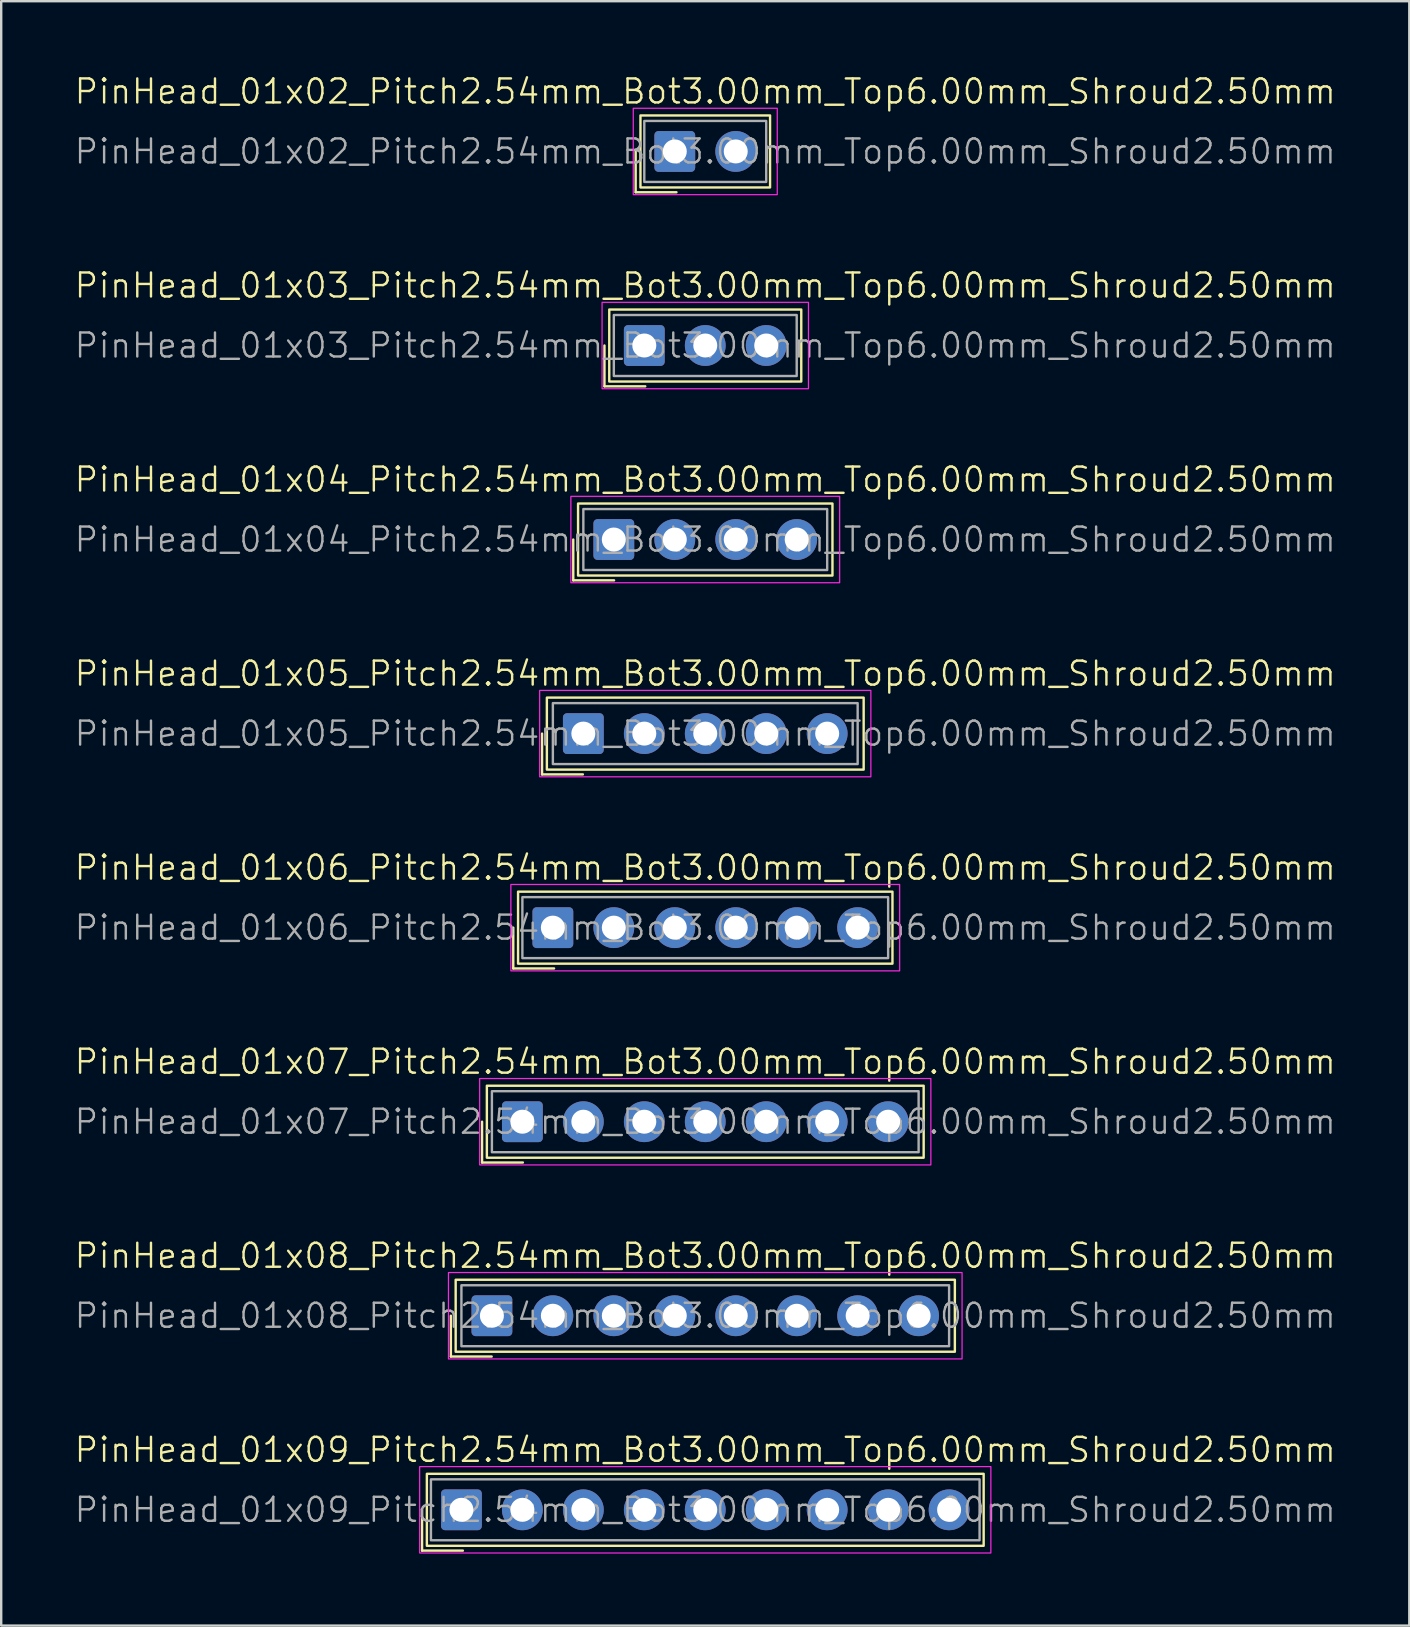
<source format=kicad_pcb>
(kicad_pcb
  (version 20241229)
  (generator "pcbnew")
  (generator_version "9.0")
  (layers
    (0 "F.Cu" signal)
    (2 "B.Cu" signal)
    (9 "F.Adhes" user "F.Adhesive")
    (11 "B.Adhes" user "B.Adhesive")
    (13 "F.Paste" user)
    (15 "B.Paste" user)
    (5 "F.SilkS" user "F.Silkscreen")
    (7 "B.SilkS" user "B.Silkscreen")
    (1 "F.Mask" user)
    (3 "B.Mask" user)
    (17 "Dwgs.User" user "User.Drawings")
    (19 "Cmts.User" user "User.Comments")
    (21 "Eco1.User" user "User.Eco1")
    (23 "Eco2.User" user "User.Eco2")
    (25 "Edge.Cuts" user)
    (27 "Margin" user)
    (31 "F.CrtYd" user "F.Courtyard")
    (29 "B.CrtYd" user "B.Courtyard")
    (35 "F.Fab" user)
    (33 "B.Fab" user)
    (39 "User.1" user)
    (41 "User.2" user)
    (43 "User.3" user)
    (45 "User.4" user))
  (footprint "PinHead_01x07_Pitch2.54mm_Bot3.00mm_Top6.00mm_Shroud2.50mm"
    (layer "F.Cu")
    (at 26.336 43.688)
    (property "Reference" "PinHead_01x07_Pitch2.54mm_Bot3.00mm_Top6.00mm_Shroud2.50mm" (at 0 -2.5 0) (unlocked yes) (layer "F.SilkS") (effects (font (size 1 1) (thickness 0.1))))
    (attr through_hole)
    (fp_line (start -9.3 0) (end -9.3 1.7) (stroke (width 0.1) (type default)) (layer "F.SilkS"))
    (fp_line (start -9.3 1.7) (end -7.6 1.7) (stroke (width 0.1) (type default)) (layer "F.SilkS"))
    (fp_rect (start -9.1 -1.5) (end 9.1 1.5) (stroke (width 0.1) (type default)) (fill no) (layer "F.SilkS"))
    (fp_rect (start -9.4 1.8) (end 9.4 -1.8) (stroke (width 0.05) (type default)) (fill no) (layer "F.CrtYd"))
    (fp_rect (start -8.89 -1.27) (end 8.89 1.27) (stroke (width 0.1) (type default)) (fill no) (layer "F.Fab"))
    (fp_text user "${REFERENCE}" (at 0 0 0) (unlocked yes) (layer "F.Fab") (effects (font (size 1 1) (thickness 0.1))))
    (pad "1" thru_hole roundrect (at -7.62 0) (size 1.7 1.7) (drill 1) (layers "*.Cu" "*.Mask") (roundrect_rratio 0.1))
    (pad "2" thru_hole circle (at -5.08 0) (size 1.7 1.7) (drill 1) (layers "*.Cu" "*.Mask"))
    (pad "3" thru_hole circle (at -2.54 0) (size 1.7 1.7) (drill 1) (layers "*.Cu" "*.Mask"))
    (pad "4" thru_hole circle (at 0 0) (size 1.7 1.7) (drill 1) (layers "*.Cu" "*.Mask"))
    (pad "5" thru_hole circle (at 2.54 0) (size 1.7 1.7) (drill 1) (layers "*.Cu" "*.Mask"))
    (pad "6" thru_hole circle (at 5.08 0) (size 1.7 1.7) (drill 1) (layers "*.Cu" "*.Mask"))
    (pad "7" thru_hole circle (at 7.62 0) (size 1.7 1.7) (drill 1) (layers "*.Cu" "*.Mask")))
  (footprint "PinHead_01x04_Pitch2.54mm_Bot3.00mm_Top6.00mm_Shroud2.50mm"
    (layer "F.Cu")
    (at 26.336 19.431)
    (property "Reference" "PinHead_01x04_Pitch2.54mm_Bot3.00mm_Top6.00mm_Shroud2.50mm" (at 0 -2.5 0) (unlocked yes) (layer "F.SilkS") (effects (font (size 1 1) (thickness 0.1))))
    (attr through_hole)
    (fp_line (start -5.5 0) (end -5.5 1.7) (stroke (width 0.1) (type default)) (layer "F.SilkS"))
    (fp_line (start -5.5 1.7) (end -3.8 1.7) (stroke (width 0.1) (type default)) (layer "F.SilkS"))
    (fp_rect (start -5.3 -1.5) (end 5.3 1.5) (stroke (width 0.1) (type default)) (fill no) (layer "F.SilkS"))
    (fp_rect (start -5.6 1.8) (end 5.6 -1.8) (stroke (width 0.05) (type default)) (fill no) (layer "F.CrtYd"))
    (fp_rect (start -5.08 -1.27) (end 5.08 1.27) (stroke (width 0.1) (type default)) (fill no) (layer "F.Fab"))
    (fp_text user "${REFERENCE}" (at 0 0 0) (unlocked yes) (layer "F.Fab") (effects (font (size 1 1) (thickness 0.1))))
    (pad "1" thru_hole roundrect (at -3.81 0) (size 1.7 1.7) (drill 1) (layers "*.Cu" "*.Mask") (roundrect_rratio 0.1))
    (pad "2" thru_hole circle (at -1.27 0) (size 1.7 1.7) (drill 1) (layers "*.Cu" "*.Mask"))
    (pad "3" thru_hole circle (at 1.27 0) (size 1.7 1.7) (drill 1) (layers "*.Cu" "*.Mask"))
    (pad "4" thru_hole circle (at 3.81 0) (size 1.7 1.7) (drill 1) (layers "*.Cu" "*.Mask")))
  (footprint "PinHead_01x09_Pitch2.54mm_Bot3.00mm_Top6.00mm_Shroud2.50mm"
    (layer "F.Cu")
    (at 26.336 59.859)
    (property "Reference" "PinHead_01x09_Pitch2.54mm_Bot3.00mm_Top6.00mm_Shroud2.50mm" (at 0 -2.5 0) (unlocked yes) (layer "F.SilkS") (effects (font (size 1 1) (thickness 0.1))))
    (attr through_hole)
    (fp_line (start -11.8 0) (end -11.8 1.7) (stroke (width 0.1) (type default)) (layer "F.SilkS"))
    (fp_line (start -11.8 1.7) (end -10.1 1.7) (stroke (width 0.1) (type default)) (layer "F.SilkS"))
    (fp_rect (start -11.6 -1.5) (end 11.6 1.5) (stroke (width 0.1) (type default)) (fill no) (layer "F.SilkS"))
    (fp_rect (start -11.9 1.8) (end 11.9 -1.8) (stroke (width 0.05) (type default)) (fill no) (layer "F.CrtYd"))
    (fp_rect (start -11.43 -1.27) (end 11.43 1.27) (stroke (width 0.1) (type default)) (fill no) (layer "F.Fab"))
    (fp_text user "${REFERENCE}" (at 0 0 0) (unlocked yes) (layer "F.Fab") (effects (font (size 1 1) (thickness 0.1))))
    (pad "1" thru_hole roundrect (at -10.16 0) (size 1.7 1.7) (drill 1) (layers "*.Cu" "*.Mask") (roundrect_rratio 0.1))
    (pad "2" thru_hole circle (at -7.62 0) (size 1.7 1.7) (drill 1) (layers "*.Cu" "*.Mask"))
    (pad "3" thru_hole circle (at -5.08 0) (size 1.7 1.7) (drill 1) (layers "*.Cu" "*.Mask"))
    (pad "4" thru_hole circle (at -2.54 0) (size 1.7 1.7) (drill 1) (layers "*.Cu" "*.Mask"))
    (pad "5" thru_hole circle (at 0 0) (size 1.7 1.7) (drill 1) (layers "*.Cu" "*.Mask"))
    (pad "6" thru_hole circle (at 2.54 0) (size 1.7 1.7) (drill 1) (layers "*.Cu" "*.Mask"))
    (pad "7" thru_hole circle (at 5.08 0) (size 1.7 1.7) (drill 1) (layers "*.Cu" "*.Mask"))
    (pad "8" thru_hole circle (at 7.62 0) (size 1.7 1.7) (drill 1) (layers "*.Cu" "*.Mask"))
    (pad "9" thru_hole circle (at 10.16 0) (size 1.7 1.7) (drill 1) (layers "*.Cu" "*.Mask")))
  (footprint "PinHead_01x05_Pitch2.54mm_Bot3.00mm_Top6.00mm_Shroud2.50mm"
    (layer "F.Cu")
    (at 26.336 27.517)
    (property "Reference" "PinHead_01x05_Pitch2.54mm_Bot3.00mm_Top6.00mm_Shroud2.50mm" (at 0 -2.5 0) (unlocked yes) (layer "F.SilkS") (effects (font (size 1 1) (thickness 0.1))))
    (attr through_hole)
    (fp_line (start -6.8 0) (end -6.8 1.7) (stroke (width 0.1) (type default)) (layer "F.SilkS"))
    (fp_line (start -6.8 1.7) (end -5.1 1.7) (stroke (width 0.1) (type default)) (layer "F.SilkS"))
    (fp_rect (start -6.6 -1.5) (end 6.6 1.5) (stroke (width 0.1) (type default)) (fill no) (layer "F.SilkS"))
    (fp_rect (start -6.9 1.8) (end 6.9 -1.8) (stroke (width 0.05) (type default)) (fill no) (layer "F.CrtYd"))
    (fp_rect (start -6.35 -1.27) (end 6.35 1.27) (stroke (width 0.1) (type default)) (fill no) (layer "F.Fab"))
    (fp_text user "${REFERENCE}" (at 0 0 0) (unlocked yes) (layer "F.Fab") (effects (font (size 1 1) (thickness 0.1))))
    (pad "1" thru_hole roundrect (at -5.08 0) (size 1.7 1.7) (drill 1) (layers "*.Cu" "*.Mask") (roundrect_rratio 0.1))
    (pad "2" thru_hole circle (at -2.54 0) (size 1.7 1.7) (drill 1) (layers "*.Cu" "*.Mask"))
    (pad "3" thru_hole circle (at 0 0) (size 1.7 1.7) (drill 1) (layers "*.Cu" "*.Mask"))
    (pad "4" thru_hole circle (at 2.54 0) (size 1.7 1.7) (drill 1) (layers "*.Cu" "*.Mask"))
    (pad "5" thru_hole circle (at 5.08 0) (size 1.7 1.7) (drill 1) (layers "*.Cu" "*.Mask")))
  (footprint "PinHead_01x08_Pitch2.54mm_Bot3.00mm_Top6.00mm_Shroud2.50mm"
    (layer "F.Cu")
    (at 26.336 51.773)
    (property "Reference" "PinHead_01x08_Pitch2.54mm_Bot3.00mm_Top6.00mm_Shroud2.50mm" (at 0 -2.5 0) (unlocked yes) (layer "F.SilkS") (effects (font (size 1 1) (thickness 0.1))))
    (attr through_hole)
    (fp_line (start -10.6 0) (end -10.6 1.7) (stroke (width 0.1) (type default)) (layer "F.SilkS"))
    (fp_line (start -10.6 1.7) (end -8.9 1.7) (stroke (width 0.1) (type default)) (layer "F.SilkS"))
    (fp_rect (start -10.4 -1.5) (end 10.4 1.5) (stroke (width 0.1) (type default)) (fill no) (layer "F.SilkS"))
    (fp_rect (start -10.7 1.8) (end 10.7 -1.8) (stroke (width 0.05) (type default)) (fill no) (layer "F.CrtYd"))
    (fp_rect (start -10.16 -1.27) (end 10.16 1.27) (stroke (width 0.1) (type default)) (fill no) (layer "F.Fab"))
    (fp_text user "${REFERENCE}" (at 0 0 0) (unlocked yes) (layer "F.Fab") (effects (font (size 1 1) (thickness 0.1))))
    (pad "1" thru_hole roundrect (at -8.89 0) (size 1.7 1.7) (drill 1) (layers "*.Cu" "*.Mask") (roundrect_rratio 0.1))
    (pad "2" thru_hole circle (at -6.35 0) (size 1.7 1.7) (drill 1) (layers "*.Cu" "*.Mask"))
    (pad "3" thru_hole circle (at -3.81 0) (size 1.7 1.7) (drill 1) (layers "*.Cu" "*.Mask"))
    (pad "4" thru_hole circle (at -1.27 0) (size 1.7 1.7) (drill 1) (layers "*.Cu" "*.Mask"))
    (pad "5" thru_hole circle (at 1.27 0) (size 1.7 1.7) (drill 1) (layers "*.Cu" "*.Mask"))
    (pad "6" thru_hole circle (at 3.81 0) (size 1.7 1.7) (drill 1) (layers "*.Cu" "*.Mask"))
    (pad "7" thru_hole circle (at 6.35 0) (size 1.7 1.7) (drill 1) (layers "*.Cu" "*.Mask"))
    (pad "8" thru_hole circle (at 8.89 0) (size 1.7 1.7) (drill 1) (layers "*.Cu" "*.Mask")))
  (footprint "PinHead_01x03_Pitch2.54mm_Bot3.00mm_Top6.00mm_Shroud2.50mm"
    (layer "F.Cu")
    (at 26.336 11.346)
    (property "Reference" "PinHead_01x03_Pitch2.54mm_Bot3.00mm_Top6.00mm_Shroud2.50mm" (at 0 -2.5 0) (unlocked yes) (layer "F.SilkS") (effects (font (size 1 1) (thickness 0.1))))
    (attr through_hole)
    (fp_line (start -4.2 0) (end -4.2 1.7) (stroke (width 0.1) (type default)) (layer "F.SilkS"))
    (fp_line (start -4.2 1.7) (end -2.5 1.7) (stroke (width 0.1) (type default)) (layer "F.SilkS"))
    (fp_rect (start -4 -1.5) (end 4 1.5) (stroke (width 0.1) (type default)) (fill no) (layer "F.SilkS"))
    (fp_rect (start -4.3 1.8) (end 4.3 -1.8) (stroke (width 0.05) (type default)) (fill no) (layer "F.CrtYd"))
    (fp_rect (start -3.81 -1.27) (end 3.81 1.27) (stroke (width 0.1) (type default)) (fill no) (layer "F.Fab"))
    (fp_text user "${REFERENCE}" (at 0 0 0) (unlocked yes) (layer "F.Fab") (effects (font (size 1 1) (thickness 0.1))))
    (pad "1" thru_hole roundrect (at -2.54 0) (size 1.7 1.7) (drill 1) (layers "*.Cu" "*.Mask") (roundrect_rratio 0.1))
    (pad "2" thru_hole circle (at 0 0) (size 1.7 1.7) (drill 1) (layers "*.Cu" "*.Mask"))
    (pad "3" thru_hole circle (at 2.54 0) (size 1.7 1.7) (drill 1) (layers "*.Cu" "*.Mask")))
  (footprint "PinHead_01x06_Pitch2.54mm_Bot3.00mm_Top6.00mm_Shroud2.50mm"
    (layer "F.Cu")
    (at 26.336 35.602)
    (property "Reference" "PinHead_01x06_Pitch2.54mm_Bot3.00mm_Top6.00mm_Shroud2.50mm" (at 0 -2.5 0) (unlocked yes) (layer "F.SilkS") (effects (font (size 1 1) (thickness 0.1))))
    (attr through_hole)
    (fp_line (start -8 0) (end -8 1.7) (stroke (width 0.1) (type default)) (layer "F.SilkS"))
    (fp_line (start -8 1.7) (end -6.3 1.7) (stroke (width 0.1) (type default)) (layer "F.SilkS"))
    (fp_rect (start -7.8 -1.5) (end 7.8 1.5) (stroke (width 0.1) (type default)) (fill no) (layer "F.SilkS"))
    (fp_rect (start -8.1 1.8) (end 8.1 -1.8) (stroke (width 0.05) (type default)) (fill no) (layer "F.CrtYd"))
    (fp_rect (start -7.62 -1.27) (end 7.62 1.27) (stroke (width 0.1) (type default)) (fill no) (layer "F.Fab"))
    (fp_text user "${REFERENCE}" (at 0 0 0) (unlocked yes) (layer "F.Fab") (effects (font (size 1 1) (thickness 0.1))))
    (pad "1" thru_hole roundrect (at -6.35 0) (size 1.7 1.7) (drill 1) (layers "*.Cu" "*.Mask") (roundrect_rratio 0.1))
    (pad "2" thru_hole circle (at -3.81 0) (size 1.7 1.7) (drill 1) (layers "*.Cu" "*.Mask"))
    (pad "3" thru_hole circle (at -1.27 0) (size 1.7 1.7) (drill 1) (layers "*.Cu" "*.Mask"))
    (pad "4" thru_hole circle (at 1.27 0) (size 1.7 1.7) (drill 1) (layers "*.Cu" "*.Mask"))
    (pad "5" thru_hole circle (at 3.81 0) (size 1.7 1.7) (drill 1) (layers "*.Cu" "*.Mask"))
    (pad "6" thru_hole circle (at 6.35 0) (size 1.7 1.7) (drill 1) (layers "*.Cu" "*.Mask")))
  (footprint "PinHead_01x02_Pitch2.54mm_Bot3.00mm_Top6.00mm_Shroud2.50mm"
    (layer "F.Cu")
    (at 26.336 3.26)
    (property "Reference" "PinHead_01x02_Pitch2.54mm_Bot3.00mm_Top6.00mm_Shroud2.50mm" (at 0 -2.5 0) (unlocked yes) (layer "F.SilkS") (effects (font (size 1 1) (thickness 0.1))))
    (attr through_hole)
    (fp_line (start -2.9 0) (end -2.9 1.7) (stroke (width 0.1) (type default)) (layer "F.SilkS"))
    (fp_line (start -2.9 1.7) (end -1.2 1.7) (stroke (width 0.1) (type default)) (layer "F.SilkS"))
    (fp_rect (start -2.7 -1.5) (end 2.7 1.5) (stroke (width 0.1) (type default)) (fill no) (layer "F.SilkS"))
    (fp_rect (start -3 1.8) (end 3 -1.8) (stroke (width 0.05) (type default)) (fill no) (layer "F.CrtYd"))
    (fp_rect (start -2.54 -1.27) (end 2.54 1.27) (stroke (width 0.1) (type default)) (fill no) (layer "F.Fab"))
    (fp_text user "${REFERENCE}" (at 0 0 0) (unlocked yes) (layer "F.Fab") (effects (font (size 1 1) (thickness 0.1))))
    (pad "1" thru_hole roundrect (at -1.27 0) (size 1.7 1.7) (drill 1) (layers "*.Cu" "*.Mask") (roundrect_rratio 0.1))
    (pad "2" thru_hole circle (at 1.27 0) (size 1.7 1.7) (drill 1) (layers "*.Cu" "*.Mask")))
  (gr_rect
    (start -3 -3)
    (end 55.671 64.684)
    (stroke (width 0.1) (type default))
    (fill no)
    (layer "Edge.Cuts")))
</source>
